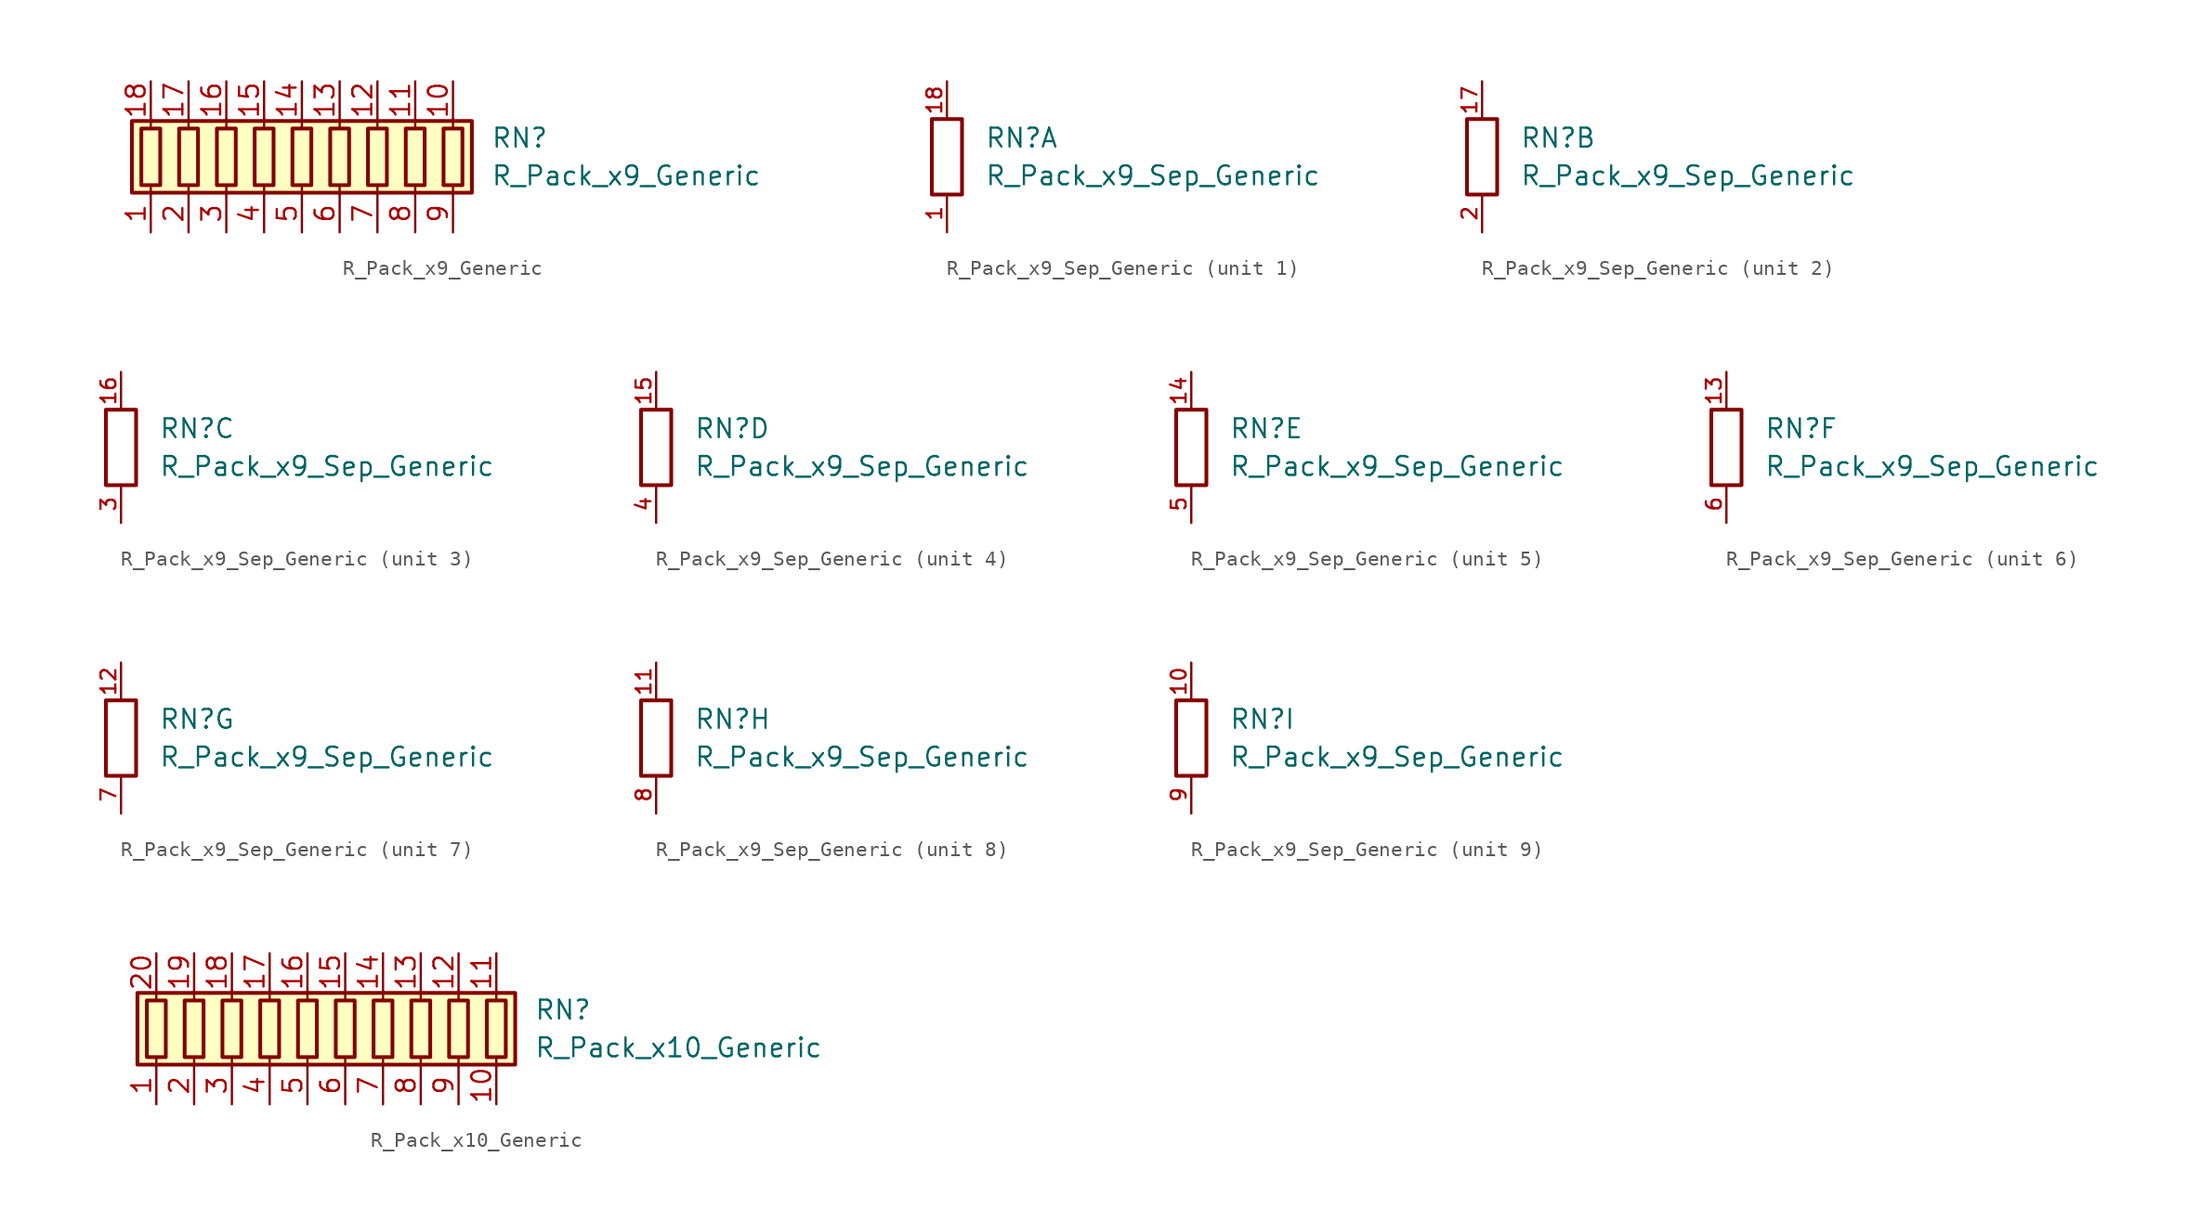
<source format=kicad_sym>
(kicad_symbol_lib
  (version 20211014)
  (generator kicad_symbol_editor)
  (symbol "R_Pack_x9_Generic"
    (pin_names
      (offset 0.002) hide)
    (property "Reference" "RN"
      (at 12.7 1.27 0)
      (effects (font (size 1.27 1.27)) (justify left)))
    (property "Value" "R_Pack_x9_Generic"
      (at 12.7 -1.27 0)
      (effects (font (size 1.27 1.27)) (justify left)))
    (symbol "R_Pack_x9_Generic_0_1"
      (rectangle (start -11.43 2.413) (end 11.43 -2.413) (stroke (width 0.254) (type default) (color 0 0 0 0)) (fill (type background)))
      (rectangle (start -10.795 1.905) (end -9.525 -1.905) (stroke (width 0.254) (type default) (color 0 0 0 0)) (fill (type none)))
      (rectangle (start -8.255 1.905) (end -6.985 -1.905) (stroke (width 0.254) (type default) (color 0 0 0 0)) (fill (type none)))
      (rectangle (start -5.715 1.905) (end -4.445 -1.905) (stroke (width 0.254) (type default) (color 0 0 0 0)) (fill (type none)))
      (rectangle (start -3.175 1.905) (end -1.905 -1.905) (stroke (width 0.254) (type default) (color 0 0 0 0)) (fill (type none)))
      (rectangle (start -0.635 1.905) (end 0.635 -1.905) (stroke (width 0.254) (type default) (color 0 0 0 0)) (fill (type none)))
      (polyline (pts (xy -10.16 -2.54) (xy -10.16 -1.905)) (stroke (width 0) (type default) (color 0 0 0 0)) (fill (type none)))
      (polyline (pts (xy -10.16 1.905) (xy -10.16 2.54)) (stroke (width 0) (type default) (color 0 0 0 0)) (fill (type none)))
      (polyline (pts (xy -7.62 -2.54) (xy -7.62 -1.905)) (stroke (width 0) (type default) (color 0 0 0 0)) (fill (type none)))
      (polyline (pts (xy -7.62 1.905) (xy -7.62 2.54)) (stroke (width 0) (type default) (color 0 0 0 0)) (fill (type none)))
      (polyline (pts (xy -5.08 -2.54) (xy -5.08 -1.905)) (stroke (width 0) (type default) (color 0 0 0 0)) (fill (type none)))
      (polyline (pts (xy -5.08 1.905) (xy -5.08 2.54)) (stroke (width 0) (type default) (color 0 0 0 0)) (fill (type none)))
      (polyline (pts (xy -2.54 -2.54) (xy -2.54 -1.905)) (stroke (width 0) (type default) (color 0 0 0 0)) (fill (type none)))
      (polyline (pts (xy -2.54 1.905) (xy -2.54 2.54)) (stroke (width 0) (type default) (color 0 0 0 0)) (fill (type none)))
      (polyline (pts (xy 0 -2.54) (xy 0 -1.905)) (stroke (width 0) (type default) (color 0 0 0 0)) (fill (type none)))
      (polyline (pts (xy 0 1.905) (xy 0 2.54)) (stroke (width 0) (type default) (color 0 0 0 0)) (fill (type none)))
      (polyline (pts (xy 2.54 -2.54) (xy 2.54 -1.905)) (stroke (width 0) (type default) (color 0 0 0 0)) (fill (type none)))
      (polyline (pts (xy 2.54 1.905) (xy 2.54 2.54)) (stroke (width 0) (type default) (color 0 0 0 0)) (fill (type none)))
      (polyline (pts (xy 5.08 -2.54) (xy 5.08 -1.905)) (stroke (width 0) (type default) (color 0 0 0 0)) (fill (type none)))
      (polyline (pts (xy 5.08 1.905) (xy 5.08 2.54)) (stroke (width 0) (type default) (color 0 0 0 0)) (fill (type none)))
      (polyline (pts (xy 7.62 -2.54) (xy 7.62 -1.905)) (stroke (width 0) (type default) (color 0 0 0 0)) (fill (type none)))
      (polyline (pts (xy 7.62 1.905) (xy 7.62 2.54)) (stroke (width 0) (type default) (color 0 0 0 0)) (fill (type none)))
      (polyline (pts (xy 10.16 -2.54) (xy 10.16 -1.905)) (stroke (width 0) (type default) (color 0 0 0 0)) (fill (type none)))
      (polyline (pts (xy 10.16 1.905) (xy 10.16 2.54)) (stroke (width 0) (type default) (color 0 0 0 0)) (fill (type none)))
      (rectangle (start 1.905 1.905) (end 3.175 -1.905) (stroke (width 0.254) (type default) (color 0 0 0 0)) (fill (type none)))
      (rectangle (start 4.445 1.905) (end 5.715 -1.905) (stroke (width 0.254) (type default) (color 0 0 0 0)) (fill (type none)))
      (rectangle (start 6.985 1.905) (end 8.255 -1.905) (stroke (width 0.254) (type default) (color 0 0 0 0)) (fill (type none)))
      (rectangle (start 9.525 1.905) (end 10.795 -1.905) (stroke (width 0.254) (type default) (color 0 0 0 0)) (fill (type none))))
    (symbol "R_Pack_x9_Generic_1_1"
      (pin passive line (at -10.16 -5.08 90) (length 2.54) (name "R1.1" (effects (font (size 1.27 1.27)))) (number "1" (effects (font (size 1.27 1.27)))))
      (pin passive line (at 10.16 5.08 270) (length 2.54) (name "R9.2" (effects (font (size 1.27 1.27)))) (number "10" (effects (font (size 1.27 1.27)))))
      (pin passive line (at 7.62 5.08 270) (length 2.54) (name "R8.2" (effects (font (size 1.27 1.27)))) (number "11" (effects (font (size 1.27 1.27)))))
      (pin passive line (at 5.08 5.08 270) (length 2.54) (name "R7.2" (effects (font (size 1.27 1.27)))) (number "12" (effects (font (size 1.27 1.27)))))
      (pin passive line (at 2.54 5.08 270) (length 2.54) (name "R6.2" (effects (font (size 1.27 1.27)))) (number "13" (effects (font (size 1.27 1.27)))))
      (pin passive line (at 0 5.08 270) (length 2.54) (name "R5.2" (effects (font (size 1.27 1.27)))) (number "14" (effects (font (size 1.27 1.27)))))
      (pin passive line (at -2.54 5.08 270) (length 2.54) (name "R4.2" (effects (font (size 1.27 1.27)))) (number "15" (effects (font (size 1.27 1.27)))))
      (pin passive line (at -5.08 5.08 270) (length 2.54) (name "R3.2" (effects (font (size 1.27 1.27)))) (number "16" (effects (font (size 1.27 1.27)))))
      (pin passive line (at -7.62 5.08 270) (length 2.54) (name "R2.2" (effects (font (size 1.27 1.27)))) (number "17" (effects (font (size 1.27 1.27)))))
      (pin passive line (at -10.16 5.08 270) (length 2.54) (name "R1.2" (effects (font (size 1.27 1.27)))) (number "18" (effects (font (size 1.27 1.27)))))
      (pin passive line (at -7.62 -5.08 90) (length 2.54) (name "R2.1" (effects (font (size 1.27 1.27)))) (number "2" (effects (font (size 1.27 1.27)))))
      (pin passive line (at -5.08 -5.08 90) (length 2.54) (name "R3.1" (effects (font (size 1.27 1.27)))) (number "3" (effects (font (size 1.27 1.27)))))
      (pin passive line (at -2.54 -5.08 90) (length 2.54) (name "R4.1" (effects (font (size 1.27 1.27)))) (number "4" (effects (font (size 1.27 1.27)))))
      (pin passive line (at 0 -5.08 90) (length 2.54) (name "R5.1" (effects (font (size 1.27 1.27)))) (number "5" (effects (font (size 1.27 1.27)))))
      (pin passive line (at 2.54 -5.08 90) (length 2.54) (name "R6.1" (effects (font (size 1.27 1.27)))) (number "6" (effects (font (size 1.27 1.27)))))
      (pin passive line (at 5.08 -5.08 90) (length 2.54) (name "R7.1" (effects (font (size 1.27 1.27)))) (number "7" (effects (font (size 1.27 1.27)))))
      (pin passive line (at 7.62 -5.08 90) (length 2.54) (name "R8.1" (effects (font (size 1.27 1.27)))) (number "8" (effects (font (size 1.27 1.27)))))
      (pin passive line (at 10.16 -5.08 90) (length 2.54) (name "R9.1" (effects (font (size 1.27 1.27)))) (number "9" (effects (font (size 1.27 1.27)))))))
  (symbol "R_Pack_x9_Sep_Generic"
    (pin_names
      (offset 0.002) hide)
    (property "Reference" "RN"
      (at 2.54 1.27 0)
      (effects (font (size 1.27 1.27)) (justify left)))
    (property "Value" "R_Pack_x9_Sep_Generic"
      (at 2.54 -1.27 0)
      (effects (font (size 1.27 1.27)) (justify left)))
    (symbol "R_Pack_x9_Sep_Generic_0_1"
      (rectangle (start 1.016 2.54) (end -1.016 -2.54) (stroke (width 0.254) (type default) (color 0 0 0 0)) (fill (type none))))
    (symbol "R_Pack_x9_Sep_Generic_1_1"
      (pin passive line (at 0 -5.08 90) (length 2.54) (name "R1.1" (effects (font (size 1.27 1.27)))) (number "1" (effects (font (size 1 1)))))
      (pin passive line (at 0 5.08 270) (length 2.54) (name "R1.2" (effects (font (size 1.27 1.27)))) (number "18" (effects (font (size 1 1))))))
    (symbol "R_Pack_x9_Sep_Generic_2_1"
      (pin passive line (at 0 5.08 270) (length 2.54) (name "R2.2" (effects (font (size 1.27 1.27)))) (number "17" (effects (font (size 1 1)))))
      (pin passive line (at 0 -5.08 90) (length 2.54) (name "R2.1" (effects (font (size 1.27 1.27)))) (number "2" (effects (font (size 1 1))))))
    (symbol "R_Pack_x9_Sep_Generic_3_1"
      (pin passive line (at 0 5.08 270) (length 2.54) (name "R3.2" (effects (font (size 1.27 1.27)))) (number "16" (effects (font (size 1 1)))))
      (pin passive line (at 0 -5.08 90) (length 2.54) (name "R3.1" (effects (font (size 1.27 1.27)))) (number "3" (effects (font (size 1 1))))))
    (symbol "R_Pack_x9_Sep_Generic_4_1"
      (pin passive line (at 0 5.08 270) (length 2.54) (name "R4.2" (effects (font (size 1.27 1.27)))) (number "15" (effects (font (size 1 1)))))
      (pin passive line (at 0 -5.08 90) (length 2.54) (name "R4.1" (effects (font (size 1.27 1.27)))) (number "4" (effects (font (size 1 1))))))
    (symbol "R_Pack_x9_Sep_Generic_5_1"
      (pin passive line (at 0 5.08 270) (length 2.54) (name "R5.2" (effects (font (size 1.27 1.27)))) (number "14" (effects (font (size 1 1)))))
      (pin passive line (at 0 -5.08 90) (length 2.54) (name "R5.1" (effects (font (size 1.27 1.27)))) (number "5" (effects (font (size 1 1))))))
    (symbol "R_Pack_x9_Sep_Generic_6_1"
      (pin passive line (at 0 5.08 270) (length 2.54) (name "R6.2" (effects (font (size 1.27 1.27)))) (number "13" (effects (font (size 1 1)))))
      (pin passive line (at 0 -5.08 90) (length 2.54) (name "R6.1" (effects (font (size 1.27 1.27)))) (number "6" (effects (font (size 1 1))))))
    (symbol "R_Pack_x9_Sep_Generic_7_1"
      (pin passive line (at 0 5.08 270) (length 2.54) (name "R7.2" (effects (font (size 1.27 1.27)))) (number "12" (effects (font (size 1 1)))))
      (pin passive line (at 0 -5.08 90) (length 2.54) (name "R7.1" (effects (font (size 1.27 1.27)))) (number "7" (effects (font (size 1 1))))))
    (symbol "R_Pack_x9_Sep_Generic_8_1"
      (pin passive line (at 0 5.08 270) (length 2.54) (name "R8.2" (effects (font (size 1.27 1.27)))) (number "11" (effects (font (size 1 1)))))
      (pin passive line (at 0 -5.08 90) (length 2.54) (name "R8.1" (effects (font (size 1.27 1.27)))) (number "8" (effects (font (size 1 1))))))
    (symbol "R_Pack_x9_Sep_Generic_9_1"
      (pin passive line (at 0 5.08 270) (length 2.54) (name "R1.2" (effects (font (size 1.27 1.27)))) (number "10" (effects (font (size 1 1)))))
      (pin passive line (at 0 -5.08 90) (length 2.54) (name "R1.1" (effects (font (size 1.27 1.27)))) (number "9" (effects (font (size 1 1)))))))
  (symbol "R_Pack_x10_Generic"
    (pin_names
      (offset 0.002) hide)
    (property "Reference" "RN"
      (at 12.7 1.27 0)
      (effects (font (size 1.27 1.27)) (justify left)))
    (property "Value" "R_Pack_x10_Generic"
      (at 12.7 -1.27 0)
      (effects (font (size 1.27 1.27)) (justify left)))
    (symbol "R_Pack_x10_Generic_0_1"
      (rectangle (start -13.97 -2.413) (end 11.43 2.413) (stroke (width 0.254) (type default) (color 0 0 0 0)) (fill (type background)))
      (rectangle (start -13.335 1.905) (end -12.065 -1.905) (stroke (width 0.254) (type default) (color 0 0 0 0)) (fill (type none)))
      (rectangle (start -10.795 1.905) (end -9.525 -1.905) (stroke (width 0.254) (type default) (color 0 0 0 0)) (fill (type none)))
      (rectangle (start -8.255 1.905) (end -6.985 -1.905) (stroke (width 0.254) (type default) (color 0 0 0 0)) (fill (type none)))
      (rectangle (start -5.715 1.905) (end -4.445 -1.905) (stroke (width 0.254) (type default) (color 0 0 0 0)) (fill (type none)))
      (rectangle (start -3.175 1.905) (end -1.905 -1.905) (stroke (width 0.254) (type default) (color 0 0 0 0)) (fill (type none)))
      (rectangle (start -0.635 1.905) (end 0.635 -1.905) (stroke (width 0.254) (type default) (color 0 0 0 0)) (fill (type none)))
      (polyline (pts (xy -12.7 -2.54) (xy -12.7 -1.905)) (stroke (width 0) (type default) (color 0 0 0 0)) (fill (type none)))
      (polyline (pts (xy -12.7 1.905) (xy -12.7 2.54)) (stroke (width 0) (type default) (color 0 0 0 0)) (fill (type none)))
      (polyline (pts (xy -10.16 -2.54) (xy -10.16 -1.905)) (stroke (width 0) (type default) (color 0 0 0 0)) (fill (type none)))
      (polyline (pts (xy -10.16 1.905) (xy -10.16 2.54)) (stroke (width 0) (type default) (color 0 0 0 0)) (fill (type none)))
      (polyline (pts (xy -7.62 -2.54) (xy -7.62 -1.905)) (stroke (width 0) (type default) (color 0 0 0 0)) (fill (type none)))
      (polyline (pts (xy -7.62 1.905) (xy -7.62 2.54)) (stroke (width 0) (type default) (color 0 0 0 0)) (fill (type none)))
      (polyline (pts (xy -5.08 -2.54) (xy -5.08 -1.905)) (stroke (width 0) (type default) (color 0 0 0 0)) (fill (type none)))
      (polyline (pts (xy -5.08 1.905) (xy -5.08 2.54)) (stroke (width 0) (type default) (color 0 0 0 0)) (fill (type none)))
      (polyline (pts (xy -2.54 -2.54) (xy -2.54 -1.905)) (stroke (width 0) (type default) (color 0 0 0 0)) (fill (type none)))
      (polyline (pts (xy -2.54 1.905) (xy -2.54 2.54)) (stroke (width 0) (type default) (color 0 0 0 0)) (fill (type none)))
      (polyline (pts (xy 0 -2.54) (xy 0 -1.905)) (stroke (width 0) (type default) (color 0 0 0 0)) (fill (type none)))
      (polyline (pts (xy 0 1.905) (xy 0 2.54)) (stroke (width 0) (type default) (color 0 0 0 0)) (fill (type none)))
      (polyline (pts (xy 2.54 -2.54) (xy 2.54 -1.905)) (stroke (width 0) (type default) (color 0 0 0 0)) (fill (type none)))
      (polyline (pts (xy 2.54 1.905) (xy 2.54 2.54)) (stroke (width 0) (type default) (color 0 0 0 0)) (fill (type none)))
      (polyline (pts (xy 5.08 -2.54) (xy 5.08 -1.905)) (stroke (width 0) (type default) (color 0 0 0 0)) (fill (type none)))
      (polyline (pts (xy 5.08 1.905) (xy 5.08 2.54)) (stroke (width 0) (type default) (color 0 0 0 0)) (fill (type none)))
      (polyline (pts (xy 7.62 -2.54) (xy 7.62 -1.905)) (stroke (width 0) (type default) (color 0 0 0 0)) (fill (type none)))
      (polyline (pts (xy 7.62 1.905) (xy 7.62 2.54)) (stroke (width 0) (type default) (color 0 0 0 0)) (fill (type none)))
      (polyline (pts (xy 10.16 -2.54) (xy 10.16 -1.905)) (stroke (width 0) (type default) (color 0 0 0 0)) (fill (type none)))
      (polyline (pts (xy 10.16 1.905) (xy 10.16 2.54)) (stroke (width 0) (type default) (color 0 0 0 0)) (fill (type none)))
      (rectangle (start 1.905 1.905) (end 3.175 -1.905) (stroke (width 0.254) (type default) (color 0 0 0 0)) (fill (type none)))
      (rectangle (start 4.445 1.905) (end 5.715 -1.905) (stroke (width 0.254) (type default) (color 0 0 0 0)) (fill (type none)))
      (rectangle (start 6.985 1.905) (end 8.255 -1.905) (stroke (width 0.254) (type default) (color 0 0 0 0)) (fill (type none)))
      (rectangle (start 9.525 1.905) (end 10.795 -1.905) (stroke (width 0.254) (type default) (color 0 0 0 0)) (fill (type none))))
    (symbol "R_Pack_x10_Generic_1_1"
      (pin passive line (at -12.7 -5.08 90) (length 2.54) (name "R1.1" (effects (font (size 1.27 1.27)))) (number "1" (effects (font (size 1.27 1.27)))))
      (pin passive line (at 10.16 -5.08 90) (length 2.54) (name "R10.1" (effects (font (size 1.27 1.27)))) (number "10" (effects (font (size 1.27 1.27)))))
      (pin passive line (at 10.16 5.08 270) (length 2.54) (name "R10.2" (effects (font (size 1.27 1.27)))) (number "11" (effects (font (size 1.27 1.27)))))
      (pin passive line (at 7.62 5.08 270) (length 2.54) (name "R9.2" (effects (font (size 1.27 1.27)))) (number "12" (effects (font (size 1.27 1.27)))))
      (pin passive line (at 5.08 5.08 270) (length 2.54) (name "R8.2" (effects (font (size 1.27 1.27)))) (number "13" (effects (font (size 1.27 1.27)))))
      (pin passive line (at 2.54 5.08 270) (length 2.54) (name "R7.2" (effects (font (size 1.27 1.27)))) (number "14" (effects (font (size 1.27 1.27)))))
      (pin passive line (at 0 5.08 270) (length 2.54) (name "R6.2" (effects (font (size 1.27 1.27)))) (number "15" (effects (font (size 1.27 1.27)))))
      (pin passive line (at -2.54 5.08 270) (length 2.54) (name "R5.2" (effects (font (size 1.27 1.27)))) (number "16" (effects (font (size 1.27 1.27)))))
      (pin passive line (at -5.08 5.08 270) (length 2.54) (name "R4.2" (effects (font (size 1.27 1.27)))) (number "17" (effects (font (size 1.27 1.27)))))
      (pin passive line (at -7.62 5.08 270) (length 2.54) (name "R3.2" (effects (font (size 1.27 1.27)))) (number "18" (effects (font (size 1.27 1.27)))))
      (pin passive line (at -10.16 5.08 270) (length 2.54) (name "R2.2" (effects (font (size 1.27 1.27)))) (number "19" (effects (font (size 1.27 1.27)))))
      (pin passive line (at -10.16 -5.08 90) (length 2.54) (name "R2.1" (effects (font (size 1.27 1.27)))) (number "2" (effects (font (size 1.27 1.27)))))
      (pin passive line (at -12.7 5.08 270) (length 2.54) (name "R1.2" (effects (font (size 1.27 1.27)))) (number "20" (effects (font (size 1.27 1.27)))))
      (pin passive line (at -7.62 -5.08 90) (length 2.54) (name "R3.1" (effects (font (size 1.27 1.27)))) (number "3" (effects (font (size 1.27 1.27)))))
      (pin passive line (at -5.08 -5.08 90) (length 2.54) (name "R4.1" (effects (font (size 1.27 1.27)))) (number "4" (effects (font (size 1.27 1.27)))))
      (pin passive line (at -2.54 -5.08 90) (length 2.54) (name "R5.1" (effects (font (size 1.27 1.27)))) (number "5" (effects (font (size 1.27 1.27)))))
      (pin passive line (at 0 -5.08 90) (length 2.54) (name "R6.1" (effects (font (size 1.27 1.27)))) (number "6" (effects (font (size 1.27 1.27)))))
      (pin passive line (at 2.54 -5.08 90) (length 2.54) (name "R7.1" (effects (font (size 1.27 1.27)))) (number "7" (effects (font (size 1.27 1.27)))))
      (pin passive line (at 5.08 -5.08 90) (length 2.54) (name "R8.1" (effects (font (size 1.27 1.27)))) (number "8" (effects (font (size 1.27 1.27)))))
      (pin passive line (at 7.62 -5.08 90) (length 2.54) (name "R9.1" (effects (font (size 1.27 1.27)))) (number "9" (effects (font (size 1.27 1.27))))))))
</source>
